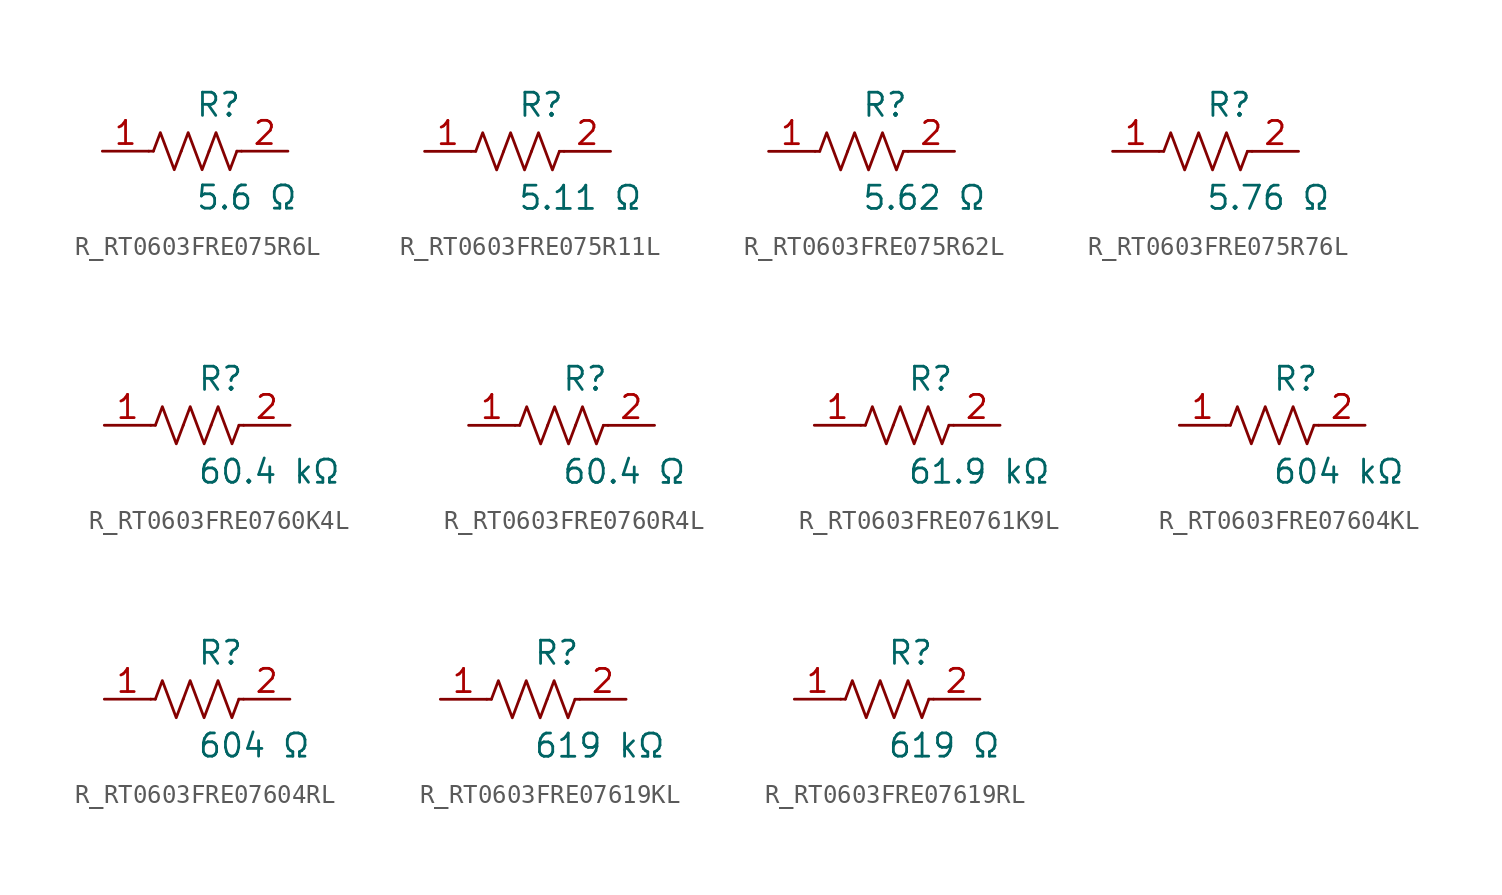
<source format=kicad_sym>
(kicad_symbol_lib
  (version 20231120)
  (generator kicad_symbol_editor)
  (generator_version 8.0)
  (symbol "R_RT0603FRE075R6L"
    (pin_names
      (offset 0.254))
    (property "Reference" "R"
      (at 0.0 2.54 0)
      (effects (font (size 1.27 1.27)) (justify left)))
    (property "Value" "5.6 Ω"
      (at 0.0 -2.54 0)
      (effects (font (size 1.27 1.27)) (justify left)))
    (symbol "R_RT0603FRE075R6L_0_1"
      (polyline (pts (xy 2.286 0) (xy 2.54 0)) (stroke (width 0) (type default)) (fill (type none)))
      (polyline (pts (xy -2.286 0) (xy -2.54 0)) (stroke (width 0) (type default)) (fill (type none)))
      (polyline (pts (xy 0.762 0) (xy 1.143 1.016) (xy 1.524 0) (xy 1.905 -1.016) (xy 2.286 0)) (stroke (width 0) (type default)) (fill (type none)))
      (polyline (pts (xy -0.762 0) (xy -0.381 1.016) (xy 0 0) (xy 0.381 -1.016) (xy 0.762 0)) (stroke (width 0) (type default)) (fill (type none)))
      (polyline (pts (xy -2.286 0) (xy -1.905 1.016) (xy -1.524 0) (xy -1.143 -1.016) (xy -0.762 0)) (stroke (width 0) (type default)) (fill (type none))))
    (pin unspecified line
      (at -5.08 0 0)
      (length 2.54)
      (name "" (effects (font (size 1.27 1.27))))
      (number "1" (effects (font (size 1.27 1.27)))))
    (pin unspecified line
      (at 5.08 0 180)
      (length 2.54)
      (name "" (effects (font (size 1.27 1.27))))
      (number "2" (effects (font (size 1.27 1.27))))))
  (symbol "R_RT0603FRE075R11L"
    (pin_names
      (offset 0.254))
    (property "Reference" "R"
      (at 0.0 2.54 0)
      (effects (font (size 1.27 1.27)) (justify left)))
    (property "Value" "5.11 Ω"
      (at 0.0 -2.54 0)
      (effects (font (size 1.27 1.27)) (justify left)))
    (symbol "R_RT0603FRE075R11L_0_1"
      (polyline (pts (xy 2.286 0) (xy 2.54 0)) (stroke (width 0) (type default)) (fill (type none)))
      (polyline (pts (xy -2.286 0) (xy -2.54 0)) (stroke (width 0) (type default)) (fill (type none)))
      (polyline (pts (xy 0.762 0) (xy 1.143 1.016) (xy 1.524 0) (xy 1.905 -1.016) (xy 2.286 0)) (stroke (width 0) (type default)) (fill (type none)))
      (polyline (pts (xy -0.762 0) (xy -0.381 1.016) (xy 0 0) (xy 0.381 -1.016) (xy 0.762 0)) (stroke (width 0) (type default)) (fill (type none)))
      (polyline (pts (xy -2.286 0) (xy -1.905 1.016) (xy -1.524 0) (xy -1.143 -1.016) (xy -0.762 0)) (stroke (width 0) (type default)) (fill (type none))))
    (pin unspecified line
      (at -5.08 0 0)
      (length 2.54)
      (name "" (effects (font (size 1.27 1.27))))
      (number "1" (effects (font (size 1.27 1.27)))))
    (pin unspecified line
      (at 5.08 0 180)
      (length 2.54)
      (name "" (effects (font (size 1.27 1.27))))
      (number "2" (effects (font (size 1.27 1.27))))))
  (symbol "R_RT0603FRE075R62L"
    (pin_names
      (offset 0.254))
    (property "Reference" "R"
      (at 0.0 2.54 0)
      (effects (font (size 1.27 1.27)) (justify left)))
    (property "Value" "5.62 Ω"
      (at 0.0 -2.54 0)
      (effects (font (size 1.27 1.27)) (justify left)))
    (symbol "R_RT0603FRE075R62L_0_1"
      (polyline (pts (xy 2.286 0) (xy 2.54 0)) (stroke (width 0) (type default)) (fill (type none)))
      (polyline (pts (xy -2.286 0) (xy -2.54 0)) (stroke (width 0) (type default)) (fill (type none)))
      (polyline (pts (xy 0.762 0) (xy 1.143 1.016) (xy 1.524 0) (xy 1.905 -1.016) (xy 2.286 0)) (stroke (width 0) (type default)) (fill (type none)))
      (polyline (pts (xy -0.762 0) (xy -0.381 1.016) (xy 0 0) (xy 0.381 -1.016) (xy 0.762 0)) (stroke (width 0) (type default)) (fill (type none)))
      (polyline (pts (xy -2.286 0) (xy -1.905 1.016) (xy -1.524 0) (xy -1.143 -1.016) (xy -0.762 0)) (stroke (width 0) (type default)) (fill (type none))))
    (pin unspecified line
      (at -5.08 0 0)
      (length 2.54)
      (name "" (effects (font (size 1.27 1.27))))
      (number "1" (effects (font (size 1.27 1.27)))))
    (pin unspecified line
      (at 5.08 0 180)
      (length 2.54)
      (name "" (effects (font (size 1.27 1.27))))
      (number "2" (effects (font (size 1.27 1.27))))))
  (symbol "R_RT0603FRE075R76L"
    (pin_names
      (offset 0.254))
    (property "Reference" "R"
      (at 0.0 2.54 0)
      (effects (font (size 1.27 1.27)) (justify left)))
    (property "Value" "5.76 Ω"
      (at 0.0 -2.54 0)
      (effects (font (size 1.27 1.27)) (justify left)))
    (symbol "R_RT0603FRE075R76L_0_1"
      (polyline (pts (xy 2.286 0) (xy 2.54 0)) (stroke (width 0) (type default)) (fill (type none)))
      (polyline (pts (xy -2.286 0) (xy -2.54 0)) (stroke (width 0) (type default)) (fill (type none)))
      (polyline (pts (xy 0.762 0) (xy 1.143 1.016) (xy 1.524 0) (xy 1.905 -1.016) (xy 2.286 0)) (stroke (width 0) (type default)) (fill (type none)))
      (polyline (pts (xy -0.762 0) (xy -0.381 1.016) (xy 0 0) (xy 0.381 -1.016) (xy 0.762 0)) (stroke (width 0) (type default)) (fill (type none)))
      (polyline (pts (xy -2.286 0) (xy -1.905 1.016) (xy -1.524 0) (xy -1.143 -1.016) (xy -0.762 0)) (stroke (width 0) (type default)) (fill (type none))))
    (pin unspecified line
      (at -5.08 0 0)
      (length 2.54)
      (name "" (effects (font (size 1.27 1.27))))
      (number "1" (effects (font (size 1.27 1.27)))))
    (pin unspecified line
      (at 5.08 0 180)
      (length 2.54)
      (name "" (effects (font (size 1.27 1.27))))
      (number "2" (effects (font (size 1.27 1.27))))))
  (symbol "R_RT0603FRE0760K4L"
    (pin_names
      (offset 0.254))
    (property "Reference" "R"
      (at 0.0 2.54 0)
      (effects (font (size 1.27 1.27)) (justify left)))
    (property "Value" "60.4 kΩ"
      (at 0.0 -2.54 0)
      (effects (font (size 1.27 1.27)) (justify left)))
    (symbol "R_RT0603FRE0760K4L_0_1"
      (polyline (pts (xy 2.286 0) (xy 2.54 0)) (stroke (width 0) (type default)) (fill (type none)))
      (polyline (pts (xy -2.286 0) (xy -2.54 0)) (stroke (width 0) (type default)) (fill (type none)))
      (polyline (pts (xy 0.762 0) (xy 1.143 1.016) (xy 1.524 0) (xy 1.905 -1.016) (xy 2.286 0)) (stroke (width 0) (type default)) (fill (type none)))
      (polyline (pts (xy -0.762 0) (xy -0.381 1.016) (xy 0 0) (xy 0.381 -1.016) (xy 0.762 0)) (stroke (width 0) (type default)) (fill (type none)))
      (polyline (pts (xy -2.286 0) (xy -1.905 1.016) (xy -1.524 0) (xy -1.143 -1.016) (xy -0.762 0)) (stroke (width 0) (type default)) (fill (type none))))
    (pin unspecified line
      (at -5.08 0 0)
      (length 2.54)
      (name "" (effects (font (size 1.27 1.27))))
      (number "1" (effects (font (size 1.27 1.27)))))
    (pin unspecified line
      (at 5.08 0 180)
      (length 2.54)
      (name "" (effects (font (size 1.27 1.27))))
      (number "2" (effects (font (size 1.27 1.27))))))
  (symbol "R_RT0603FRE0760R4L"
    (pin_names
      (offset 0.254))
    (property "Reference" "R"
      (at 0.0 2.54 0)
      (effects (font (size 1.27 1.27)) (justify left)))
    (property "Value" "60.4 Ω"
      (at 0.0 -2.54 0)
      (effects (font (size 1.27 1.27)) (justify left)))
    (symbol "R_RT0603FRE0760R4L_0_1"
      (polyline (pts (xy 2.286 0) (xy 2.54 0)) (stroke (width 0) (type default)) (fill (type none)))
      (polyline (pts (xy -2.286 0) (xy -2.54 0)) (stroke (width 0) (type default)) (fill (type none)))
      (polyline (pts (xy 0.762 0) (xy 1.143 1.016) (xy 1.524 0) (xy 1.905 -1.016) (xy 2.286 0)) (stroke (width 0) (type default)) (fill (type none)))
      (polyline (pts (xy -0.762 0) (xy -0.381 1.016) (xy 0 0) (xy 0.381 -1.016) (xy 0.762 0)) (stroke (width 0) (type default)) (fill (type none)))
      (polyline (pts (xy -2.286 0) (xy -1.905 1.016) (xy -1.524 0) (xy -1.143 -1.016) (xy -0.762 0)) (stroke (width 0) (type default)) (fill (type none))))
    (pin unspecified line
      (at -5.08 0 0)
      (length 2.54)
      (name "" (effects (font (size 1.27 1.27))))
      (number "1" (effects (font (size 1.27 1.27)))))
    (pin unspecified line
      (at 5.08 0 180)
      (length 2.54)
      (name "" (effects (font (size 1.27 1.27))))
      (number "2" (effects (font (size 1.27 1.27))))))
  (symbol "R_RT0603FRE0761K9L"
    (pin_names
      (offset 0.254))
    (property "Reference" "R"
      (at 0.0 2.54 0)
      (effects (font (size 1.27 1.27)) (justify left)))
    (property "Value" "61.9 kΩ"
      (at 0.0 -2.54 0)
      (effects (font (size 1.27 1.27)) (justify left)))
    (symbol "R_RT0603FRE0761K9L_0_1"
      (polyline (pts (xy 2.286 0) (xy 2.54 0)) (stroke (width 0) (type default)) (fill (type none)))
      (polyline (pts (xy -2.286 0) (xy -2.54 0)) (stroke (width 0) (type default)) (fill (type none)))
      (polyline (pts (xy 0.762 0) (xy 1.143 1.016) (xy 1.524 0) (xy 1.905 -1.016) (xy 2.286 0)) (stroke (width 0) (type default)) (fill (type none)))
      (polyline (pts (xy -0.762 0) (xy -0.381 1.016) (xy 0 0) (xy 0.381 -1.016) (xy 0.762 0)) (stroke (width 0) (type default)) (fill (type none)))
      (polyline (pts (xy -2.286 0) (xy -1.905 1.016) (xy -1.524 0) (xy -1.143 -1.016) (xy -0.762 0)) (stroke (width 0) (type default)) (fill (type none))))
    (pin unspecified line
      (at -5.08 0 0)
      (length 2.54)
      (name "" (effects (font (size 1.27 1.27))))
      (number "1" (effects (font (size 1.27 1.27)))))
    (pin unspecified line
      (at 5.08 0 180)
      (length 2.54)
      (name "" (effects (font (size 1.27 1.27))))
      (number "2" (effects (font (size 1.27 1.27))))))
  (symbol "R_RT0603FRE07604KL"
    (pin_names
      (offset 0.254))
    (property "Reference" "R"
      (at 0.0 2.54 0)
      (effects (font (size 1.27 1.27)) (justify left)))
    (property "Value" "604 kΩ"
      (at 0.0 -2.54 0)
      (effects (font (size 1.27 1.27)) (justify left)))
    (symbol "R_RT0603FRE07604KL_0_1"
      (polyline (pts (xy 2.286 0) (xy 2.54 0)) (stroke (width 0) (type default)) (fill (type none)))
      (polyline (pts (xy -2.286 0) (xy -2.54 0)) (stroke (width 0) (type default)) (fill (type none)))
      (polyline (pts (xy 0.762 0) (xy 1.143 1.016) (xy 1.524 0) (xy 1.905 -1.016) (xy 2.286 0)) (stroke (width 0) (type default)) (fill (type none)))
      (polyline (pts (xy -0.762 0) (xy -0.381 1.016) (xy 0 0) (xy 0.381 -1.016) (xy 0.762 0)) (stroke (width 0) (type default)) (fill (type none)))
      (polyline (pts (xy -2.286 0) (xy -1.905 1.016) (xy -1.524 0) (xy -1.143 -1.016) (xy -0.762 0)) (stroke (width 0) (type default)) (fill (type none))))
    (pin unspecified line
      (at -5.08 0 0)
      (length 2.54)
      (name "" (effects (font (size 1.27 1.27))))
      (number "1" (effects (font (size 1.27 1.27)))))
    (pin unspecified line
      (at 5.08 0 180)
      (length 2.54)
      (name "" (effects (font (size 1.27 1.27))))
      (number "2" (effects (font (size 1.27 1.27))))))
  (symbol "R_RT0603FRE07604RL"
    (pin_names
      (offset 0.254))
    (property "Reference" "R"
      (at 0.0 2.54 0)
      (effects (font (size 1.27 1.27)) (justify left)))
    (property "Value" "604 Ω"
      (at 0.0 -2.54 0)
      (effects (font (size 1.27 1.27)) (justify left)))
    (symbol "R_RT0603FRE07604RL_0_1"
      (polyline (pts (xy 2.286 0) (xy 2.54 0)) (stroke (width 0) (type default)) (fill (type none)))
      (polyline (pts (xy -2.286 0) (xy -2.54 0)) (stroke (width 0) (type default)) (fill (type none)))
      (polyline (pts (xy 0.762 0) (xy 1.143 1.016) (xy 1.524 0) (xy 1.905 -1.016) (xy 2.286 0)) (stroke (width 0) (type default)) (fill (type none)))
      (polyline (pts (xy -0.762 0) (xy -0.381 1.016) (xy 0 0) (xy 0.381 -1.016) (xy 0.762 0)) (stroke (width 0) (type default)) (fill (type none)))
      (polyline (pts (xy -2.286 0) (xy -1.905 1.016) (xy -1.524 0) (xy -1.143 -1.016) (xy -0.762 0)) (stroke (width 0) (type default)) (fill (type none))))
    (pin unspecified line
      (at -5.08 0 0)
      (length 2.54)
      (name "" (effects (font (size 1.27 1.27))))
      (number "1" (effects (font (size 1.27 1.27)))))
    (pin unspecified line
      (at 5.08 0 180)
      (length 2.54)
      (name "" (effects (font (size 1.27 1.27))))
      (number "2" (effects (font (size 1.27 1.27))))))
  (symbol "R_RT0603FRE07619KL"
    (pin_names
      (offset 0.254))
    (property "Reference" "R"
      (at 0.0 2.54 0)
      (effects (font (size 1.27 1.27)) (justify left)))
    (property "Value" "619 kΩ"
      (at 0.0 -2.54 0)
      (effects (font (size 1.27 1.27)) (justify left)))
    (symbol "R_RT0603FRE07619KL_0_1"
      (polyline (pts (xy 2.286 0) (xy 2.54 0)) (stroke (width 0) (type default)) (fill (type none)))
      (polyline (pts (xy -2.286 0) (xy -2.54 0)) (stroke (width 0) (type default)) (fill (type none)))
      (polyline (pts (xy 0.762 0) (xy 1.143 1.016) (xy 1.524 0) (xy 1.905 -1.016) (xy 2.286 0)) (stroke (width 0) (type default)) (fill (type none)))
      (polyline (pts (xy -0.762 0) (xy -0.381 1.016) (xy 0 0) (xy 0.381 -1.016) (xy 0.762 0)) (stroke (width 0) (type default)) (fill (type none)))
      (polyline (pts (xy -2.286 0) (xy -1.905 1.016) (xy -1.524 0) (xy -1.143 -1.016) (xy -0.762 0)) (stroke (width 0) (type default)) (fill (type none))))
    (pin unspecified line
      (at -5.08 0 0)
      (length 2.54)
      (name "" (effects (font (size 1.27 1.27))))
      (number "1" (effects (font (size 1.27 1.27)))))
    (pin unspecified line
      (at 5.08 0 180)
      (length 2.54)
      (name "" (effects (font (size 1.27 1.27))))
      (number "2" (effects (font (size 1.27 1.27))))))
  (symbol "R_RT0603FRE07619RL"
    (pin_names
      (offset 0.254))
    (property "Reference" "R"
      (at 0.0 2.54 0)
      (effects (font (size 1.27 1.27)) (justify left)))
    (property "Value" "619 Ω"
      (at 0.0 -2.54 0)
      (effects (font (size 1.27 1.27)) (justify left)))
    (symbol "R_RT0603FRE07619RL_0_1"
      (polyline (pts (xy 2.286 0) (xy 2.54 0)) (stroke (width 0) (type default)) (fill (type none)))
      (polyline (pts (xy -2.286 0) (xy -2.54 0)) (stroke (width 0) (type default)) (fill (type none)))
      (polyline (pts (xy 0.762 0) (xy 1.143 1.016) (xy 1.524 0) (xy 1.905 -1.016) (xy 2.286 0)) (stroke (width 0) (type default)) (fill (type none)))
      (polyline (pts (xy -0.762 0) (xy -0.381 1.016) (xy 0 0) (xy 0.381 -1.016) (xy 0.762 0)) (stroke (width 0) (type default)) (fill (type none)))
      (polyline (pts (xy -2.286 0) (xy -1.905 1.016) (xy -1.524 0) (xy -1.143 -1.016) (xy -0.762 0)) (stroke (width 0) (type default)) (fill (type none))))
    (pin unspecified line
      (at -5.08 0 0)
      (length 2.54)
      (name "" (effects (font (size 1.27 1.27))))
      (number "1" (effects (font (size 1.27 1.27)))))
    (pin unspecified line
      (at 5.08 0 180)
      (length 2.54)
      (name "" (effects (font (size 1.27 1.27))))
      (number "2" (effects (font (size 1.27 1.27)))))))
</source>
